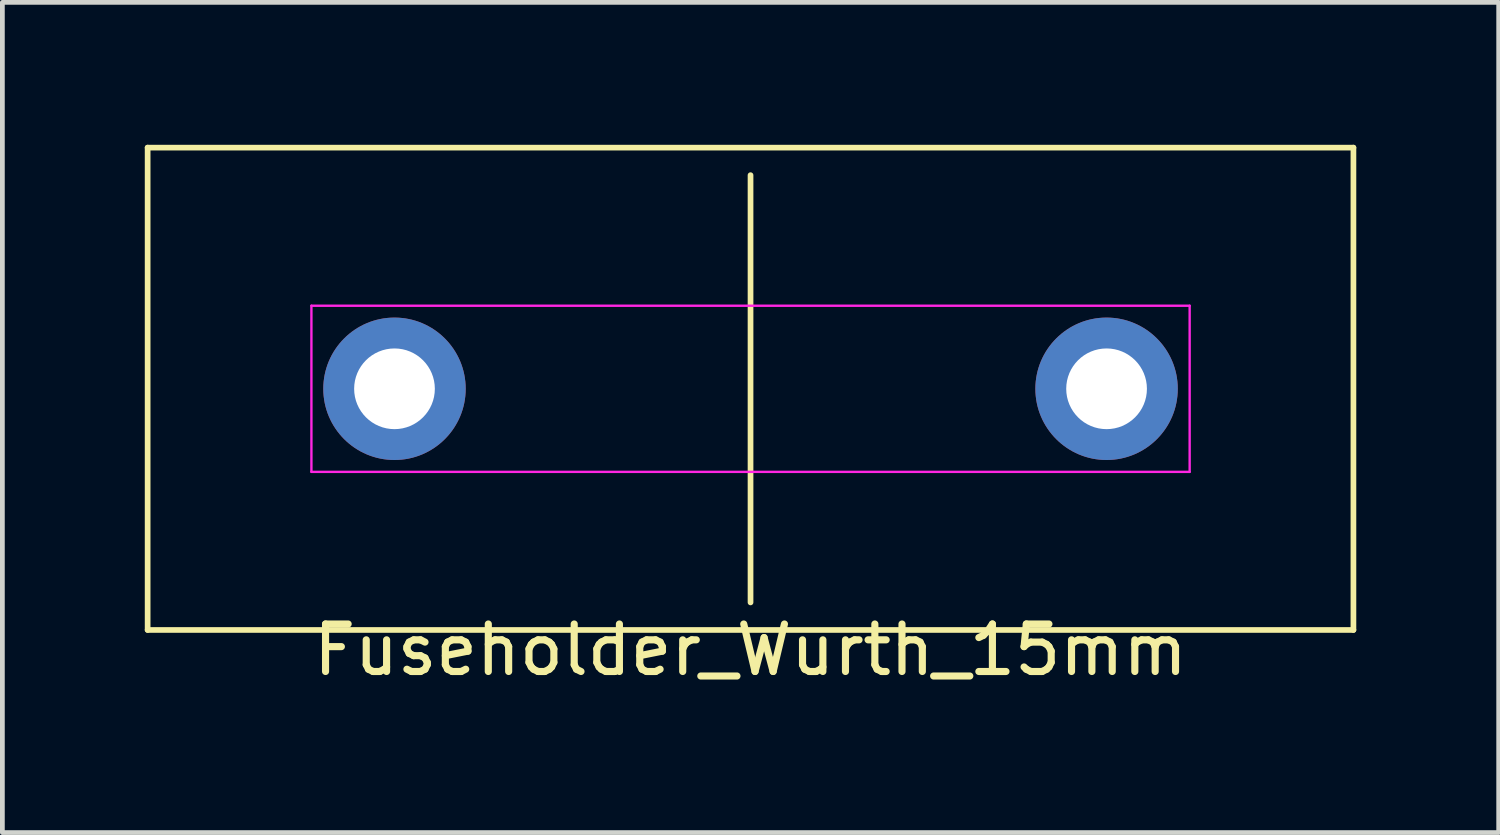
<source format=kicad_pcb>
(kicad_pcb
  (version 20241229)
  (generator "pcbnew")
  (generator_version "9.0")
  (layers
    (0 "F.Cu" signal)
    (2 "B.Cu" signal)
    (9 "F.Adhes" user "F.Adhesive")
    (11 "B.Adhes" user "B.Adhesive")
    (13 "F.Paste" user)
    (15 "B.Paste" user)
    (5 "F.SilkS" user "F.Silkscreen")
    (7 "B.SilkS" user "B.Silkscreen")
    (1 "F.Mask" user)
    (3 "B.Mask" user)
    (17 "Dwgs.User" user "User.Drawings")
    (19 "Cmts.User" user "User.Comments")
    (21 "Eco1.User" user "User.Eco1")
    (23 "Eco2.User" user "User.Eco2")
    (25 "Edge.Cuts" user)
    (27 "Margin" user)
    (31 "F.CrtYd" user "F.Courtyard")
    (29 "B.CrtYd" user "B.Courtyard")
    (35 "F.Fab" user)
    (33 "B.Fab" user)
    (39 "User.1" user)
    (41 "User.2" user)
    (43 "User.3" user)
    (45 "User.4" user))
  (footprint "Fuseholder_Wurth_15mm"
    (layer "F.Cu")
    (at 12.76 5.14)
    (property "Reference" "Fuseholder_Wurth_15mm" (at 0 5.5 0) (layer "F.SilkS") (effects (font (size 1 1) (thickness 0.15))))
    (attr through_hole)
    (fp_line (start -12.7 -5.08) (end 12.7 -5.08) (stroke (width 0.12) (type solid)) (layer "F.SilkS"))
    (fp_line (start -12.7 5.08) (end -12.7 -5.08) (stroke (width 0.12) (type solid)) (layer "F.SilkS"))
    (fp_line (start 0 -4.5) (end 0 4.5) (stroke (width 0.12) (type solid)) (layer "F.SilkS"))
    (fp_line (start 12.7 -5.08) (end 12.7 5.08) (stroke (width 0.12) (type solid)) (layer "F.SilkS"))
    (fp_line (start 12.7 5.08) (end -12.7 5.08) (stroke (width 0.12) (type solid)) (layer "F.SilkS"))
    (fp_line (start -9.25 -1.75) (end 9.25 -1.75) (stroke (width 0.05) (type solid)) (layer "F.CrtYd"))
    (fp_line (start -9.25 1.75) (end -9.25 -1.75) (stroke (width 0.05) (type solid)) (layer "F.CrtYd"))
    (fp_line (start 9.25 -1.75) (end 9.25 1.75) (stroke (width 0.05) (type solid)) (layer "F.CrtYd"))
    (fp_line (start 9.25 1.75) (end -9.25 1.75) (stroke (width 0.05) (type solid)) (layer "F.CrtYd"))
    (pad "1" thru_hole circle (at -7.5 0) (size 3 3) (drill 1.7) (layers "*.Cu" "*.Mask"))
    (pad "2" thru_hole circle (at 7.5 0) (size 3 3) (drill 1.7) (layers "*.Cu" "*.Mask")))
  (gr_rect
    (start -3 -3)
    (end 28.52 14.488)
    (stroke (width 0.1) (type default))
    (fill no)
    (layer "Edge.Cuts")))
</source>
